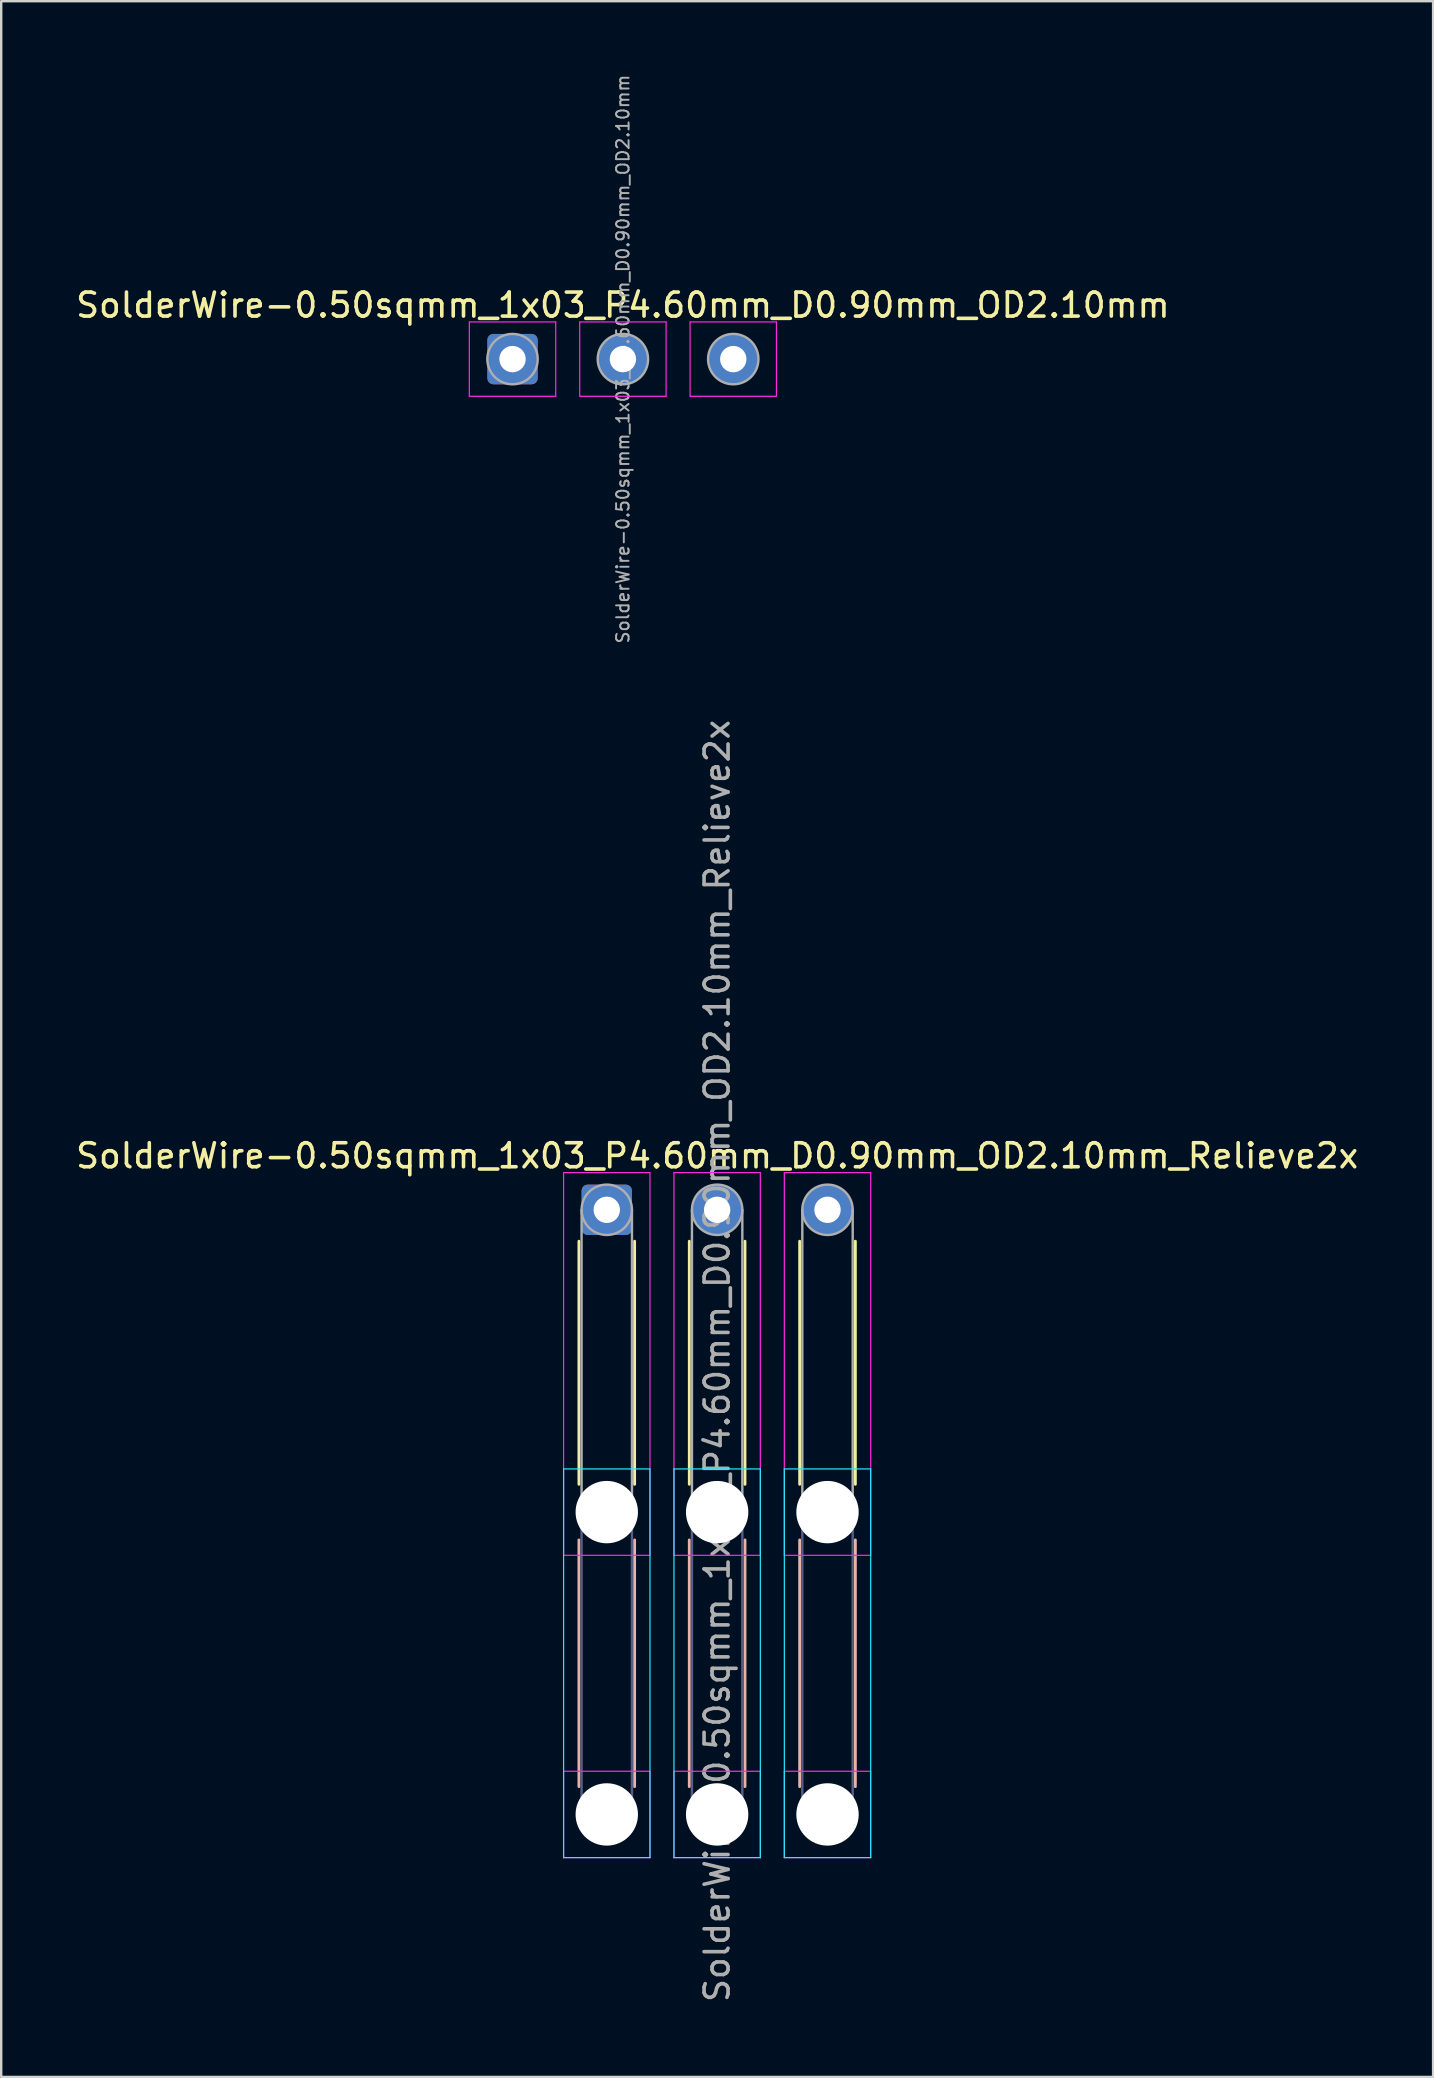
<source format=kicad_pcb>
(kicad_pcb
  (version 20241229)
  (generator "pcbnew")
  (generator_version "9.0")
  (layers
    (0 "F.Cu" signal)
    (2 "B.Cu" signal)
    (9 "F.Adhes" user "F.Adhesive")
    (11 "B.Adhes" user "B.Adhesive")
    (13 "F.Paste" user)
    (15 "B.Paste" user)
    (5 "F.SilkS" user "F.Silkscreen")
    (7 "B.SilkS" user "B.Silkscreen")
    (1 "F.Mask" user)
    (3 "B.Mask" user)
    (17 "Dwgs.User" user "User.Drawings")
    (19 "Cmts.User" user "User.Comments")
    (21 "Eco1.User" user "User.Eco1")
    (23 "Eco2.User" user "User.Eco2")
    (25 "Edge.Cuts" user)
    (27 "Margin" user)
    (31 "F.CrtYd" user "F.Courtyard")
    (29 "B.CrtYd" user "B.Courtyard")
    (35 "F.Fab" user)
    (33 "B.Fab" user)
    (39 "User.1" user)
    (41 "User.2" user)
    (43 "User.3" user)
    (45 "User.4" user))
  (footprint "SolderWire-0.50sqmm_1x03_P4.60mm_D0.90mm_OD2.10mm"
    (layer "F.Cu")
    (at 18.311 11.917)
    (property "Reference" "SolderWire-0.50sqmm_1x03_P4.60mm_D0.90mm_OD2.10mm" (at 4.6 -2.25 0) (layer "F.SilkS") (effects (font (size 1 1) (thickness 0.15))))
    (attr exclude_from_pos_files exclude_from_bom)
    (fp_line (start -1.8 -1.55) (end -1.8 1.55) (stroke (width 0.05) (type solid)) (layer "F.CrtYd"))
    (fp_line (start -1.8 1.55) (end 1.8 1.55) (stroke (width 0.05) (type solid)) (layer "F.CrtYd"))
    (fp_line (start 1.8 -1.55) (end -1.8 -1.55) (stroke (width 0.05) (type solid)) (layer "F.CrtYd"))
    (fp_line (start 1.8 1.55) (end 1.8 -1.55) (stroke (width 0.05) (type solid)) (layer "F.CrtYd"))
    (fp_line (start 2.8 -1.55) (end 2.8 1.55) (stroke (width 0.05) (type solid)) (layer "F.CrtYd"))
    (fp_line (start 2.8 1.55) (end 6.4 1.55) (stroke (width 0.05) (type solid)) (layer "F.CrtYd"))
    (fp_line (start 6.4 -1.55) (end 2.8 -1.55) (stroke (width 0.05) (type solid)) (layer "F.CrtYd"))
    (fp_line (start 6.4 1.55) (end 6.4 -1.55) (stroke (width 0.05) (type solid)) (layer "F.CrtYd"))
    (fp_line (start 7.4 -1.55) (end 7.4 1.55) (stroke (width 0.05) (type solid)) (layer "F.CrtYd"))
    (fp_line (start 7.4 1.55) (end 11 1.55) (stroke (width 0.05) (type solid)) (layer "F.CrtYd"))
    (fp_line (start 11 -1.55) (end 7.4 -1.55) (stroke (width 0.05) (type solid)) (layer "F.CrtYd"))
    (fp_line (start 11 1.55) (end 11 -1.55) (stroke (width 0.05) (type solid)) (layer "F.CrtYd"))
    (fp_circle (center 0 0) (end 1.05 0) (stroke (width 0.1) (type solid)) (fill no) (layer "F.Fab"))
    (fp_circle (center 4.6 0) (end 5.65 0) (stroke (width 0.1) (type solid)) (fill no) (layer "F.Fab"))
    (fp_circle (center 9.2 0) (end 10.25 0) (stroke (width 0.1) (type solid)) (fill no) (layer "F.Fab"))
    (fp_text user "${REFERENCE}" (at 4.6 0 90) (layer "F.Fab") (effects (font (size 0.52 0.52) (thickness 0.08))))
    (pad "1" thru_hole roundrect (at 0 0) (size 2.1 2.1) (drill 1.1) (layers "*.Cu" "*.Mask") (roundrect_rratio 0.119))
    (pad "2" thru_hole circle (at 4.6 0) (size 2.1 2.1) (drill 1.1) (layers "*.Cu" "*.Mask"))
    (pad "3" thru_hole circle (at 9.2 0) (size 2.1 2.1) (drill 1.1) (layers "*.Cu" "*.Mask")))
  (footprint "SolderWire-0.50sqmm_1x03_P4.60mm_D0.90mm_OD2.10mm_Relieve2x"
    (layer "F.Cu")
    (at 22.239 47.372)
    (property "Reference" "SolderWire-0.50sqmm_1x03_P4.60mm_D0.90mm_OD2.10mm_Relieve2x" (at 4.6 -2.25 0) (layer "F.SilkS") (effects (font (size 1 1) (thickness 0.15))))
    (attr exclude_from_pos_files exclude_from_bom)
    (fp_line (start -1.16 1.31) (end -1.16 11.44) (stroke (width 0.12) (type solid)) (layer "F.SilkS"))
    (fp_line (start 1.16 1.31) (end 1.16 11.44) (stroke (width 0.12) (type solid)) (layer "F.SilkS"))
    (fp_line (start 3.44 1.31) (end 3.44 11.44) (stroke (width 0.12) (type solid)) (layer "F.SilkS"))
    (fp_line (start 5.76 1.31) (end 5.76 11.44) (stroke (width 0.12) (type solid)) (layer "F.SilkS"))
    (fp_line (start 8.04 1.31) (end 8.04 11.44) (stroke (width 0.12) (type solid)) (layer "F.SilkS"))
    (fp_line (start 10.36 1.31) (end 10.36 11.44) (stroke (width 0.12) (type solid)) (layer "F.SilkS"))
    (fp_line (start -1.16 13.76) (end -1.16 24.04) (stroke (width 0.12) (type solid)) (layer "B.SilkS"))
    (fp_line (start 1.16 13.76) (end 1.16 24.04) (stroke (width 0.12) (type solid)) (layer "B.SilkS"))
    (fp_line (start 3.44 13.76) (end 3.44 24.04) (stroke (width 0.12) (type solid)) (layer "B.SilkS"))
    (fp_line (start 5.76 13.76) (end 5.76 24.04) (stroke (width 0.12) (type solid)) (layer "B.SilkS"))
    (fp_line (start 8.04 13.76) (end 8.04 24.04) (stroke (width 0.12) (type solid)) (layer "B.SilkS"))
    (fp_line (start 10.36 13.76) (end 10.36 24.04) (stroke (width 0.12) (type solid)) (layer "B.SilkS"))
    (fp_line (start -1.8 10.8) (end -1.8 27) (stroke (width 0.05) (type solid)) (layer "B.CrtYd"))
    (fp_line (start -1.8 27) (end 1.8 27) (stroke (width 0.05) (type solid)) (layer "B.CrtYd"))
    (fp_line (start 1.8 10.8) (end -1.8 10.8) (stroke (width 0.05) (type solid)) (layer "B.CrtYd"))
    (fp_line (start 1.8 27) (end 1.8 10.8) (stroke (width 0.05) (type solid)) (layer "B.CrtYd"))
    (fp_line (start 2.8 10.8) (end 2.8 27) (stroke (width 0.05) (type solid)) (layer "B.CrtYd"))
    (fp_line (start 2.8 27) (end 6.4 27) (stroke (width 0.05) (type solid)) (layer "B.CrtYd"))
    (fp_line (start 6.4 10.8) (end 2.8 10.8) (stroke (width 0.05) (type solid)) (layer "B.CrtYd"))
    (fp_line (start 6.4 27) (end 6.4 10.8) (stroke (width 0.05) (type solid)) (layer "B.CrtYd"))
    (fp_line (start 7.4 10.8) (end 7.4 27) (stroke (width 0.05) (type solid)) (layer "B.CrtYd"))
    (fp_line (start 7.4 27) (end 11 27) (stroke (width 0.05) (type solid)) (layer "B.CrtYd"))
    (fp_line (start 11 10.8) (end 7.4 10.8) (stroke (width 0.05) (type solid)) (layer "B.CrtYd"))
    (fp_line (start 11 27) (end 11 10.8) (stroke (width 0.05) (type solid)) (layer "B.CrtYd"))
    (fp_line (start -1.8 -1.55) (end -1.8 14.4) (stroke (width 0.05) (type solid)) (layer "F.CrtYd"))
    (fp_line (start -1.8 14.4) (end 1.8 14.4) (stroke (width 0.05) (type solid)) (layer "F.CrtYd"))
    (fp_line (start -1.8 23.4) (end -1.8 27) (stroke (width 0.05) (type solid)) (layer "F.CrtYd"))
    (fp_line (start -1.8 27) (end 1.8 27) (stroke (width 0.05) (type solid)) (layer "F.CrtYd"))
    (fp_line (start 1.8 -1.55) (end -1.8 -1.55) (stroke (width 0.05) (type solid)) (layer "F.CrtYd"))
    (fp_line (start 1.8 14.4) (end 1.8 -1.55) (stroke (width 0.05) (type solid)) (layer "F.CrtYd"))
    (fp_line (start 1.8 23.4) (end -1.8 23.4) (stroke (width 0.05) (type solid)) (layer "F.CrtYd"))
    (fp_line (start 1.8 27) (end 1.8 23.4) (stroke (width 0.05) (type solid)) (layer "F.CrtYd"))
    (fp_line (start 2.8 -1.55) (end 2.8 14.4) (stroke (width 0.05) (type solid)) (layer "F.CrtYd"))
    (fp_line (start 2.8 14.4) (end 6.4 14.4) (stroke (width 0.05) (type solid)) (layer "F.CrtYd"))
    (fp_line (start 2.8 23.4) (end 2.8 27) (stroke (width 0.05) (type solid)) (layer "F.CrtYd"))
    (fp_line (start 2.8 27) (end 6.4 27) (stroke (width 0.05) (type solid)) (layer "F.CrtYd"))
    (fp_line (start 6.4 -1.55) (end 2.8 -1.55) (stroke (width 0.05) (type solid)) (layer "F.CrtYd"))
    (fp_line (start 6.4 14.4) (end 6.4 -1.55) (stroke (width 0.05) (type solid)) (layer "F.CrtYd"))
    (fp_line (start 6.4 23.4) (end 2.8 23.4) (stroke (width 0.05) (type solid)) (layer "F.CrtYd"))
    (fp_line (start 6.4 27) (end 6.4 23.4) (stroke (width 0.05) (type solid)) (layer "F.CrtYd"))
    (fp_line (start 7.4 -1.55) (end 7.4 14.4) (stroke (width 0.05) (type solid)) (layer "F.CrtYd"))
    (fp_line (start 7.4 14.4) (end 11 14.4) (stroke (width 0.05) (type solid)) (layer "F.CrtYd"))
    (fp_line (start 7.4 23.4) (end 7.4 27) (stroke (width 0.05) (type solid)) (layer "F.CrtYd"))
    (fp_line (start 7.4 27) (end 11 27) (stroke (width 0.05) (type solid)) (layer "F.CrtYd"))
    (fp_line (start 11 -1.55) (end 7.4 -1.55) (stroke (width 0.05) (type solid)) (layer "F.CrtYd"))
    (fp_line (start 11 14.4) (end 11 -1.55) (stroke (width 0.05) (type solid)) (layer "F.CrtYd"))
    (fp_line (start 11 23.4) (end 7.4 23.4) (stroke (width 0.05) (type solid)) (layer "F.CrtYd"))
    (fp_line (start 11 27) (end 11 23.4) (stroke (width 0.05) (type solid)) (layer "F.CrtYd"))
    (fp_line (start -1.05 12.6) (end -1.05 25.2) (stroke (width 0.1) (type solid)) (layer "B.Fab"))
    (fp_line (start 1.05 12.6) (end 1.05 25.2) (stroke (width 0.1) (type solid)) (layer "B.Fab"))
    (fp_line (start 3.55 12.6) (end 3.55 25.2) (stroke (width 0.1) (type solid)) (layer "B.Fab"))
    (fp_line (start 5.65 12.6) (end 5.65 25.2) (stroke (width 0.1) (type solid)) (layer "B.Fab"))
    (fp_line (start 8.15 12.6) (end 8.15 25.2) (stroke (width 0.1) (type solid)) (layer "B.Fab"))
    (fp_line (start 10.25 12.6) (end 10.25 25.2) (stroke (width 0.1) (type solid)) (layer "B.Fab"))
    (fp_circle (center 0 12.6) (end 1.05 12.6) (stroke (width 0.1) (type solid)) (fill no) (layer "B.Fab"))
    (fp_circle (center 0 25.2) (end 1.05 25.2) (stroke (width 0.1) (type solid)) (fill no) (layer "B.Fab"))
    (fp_circle (center 4.6 12.6) (end 5.65 12.6) (stroke (width 0.1) (type solid)) (fill no) (layer "B.Fab"))
    (fp_circle (center 4.6 25.2) (end 5.65 25.2) (stroke (width 0.1) (type solid)) (fill no) (layer "B.Fab"))
    (fp_circle (center 9.2 12.6) (end 10.25 12.6) (stroke (width 0.1) (type solid)) (fill no) (layer "B.Fab"))
    (fp_circle (center 9.2 25.2) (end 10.25 25.2) (stroke (width 0.1) (type solid)) (fill no) (layer "B.Fab"))
    (fp_line (start -1.05 0) (end -1.05 12.6) (stroke (width 0.1) (type solid)) (layer "F.Fab"))
    (fp_line (start 1.05 0) (end 1.05 12.6) (stroke (width 0.1) (type solid)) (layer "F.Fab"))
    (fp_line (start 3.55 0) (end 3.55 12.6) (stroke (width 0.1) (type solid)) (layer "F.Fab"))
    (fp_line (start 5.65 0) (end 5.65 12.6) (stroke (width 0.1) (type solid)) (layer "F.Fab"))
    (fp_line (start 8.15 0) (end 8.15 12.6) (stroke (width 0.1) (type solid)) (layer "F.Fab"))
    (fp_line (start 10.25 0) (end 10.25 12.6) (stroke (width 0.1) (type solid)) (layer "F.Fab"))
    (fp_circle (center 0 0) (end 1.05 0) (stroke (width 0.1) (type solid)) (fill no) (layer "F.Fab"))
    (fp_circle (center 0 12.6) (end 1.05 12.6) (stroke (width 0.1) (type solid)) (fill no) (layer "F.Fab"))
    (fp_circle (center 0 25.2) (end 1.05 25.2) (stroke (width 0.1) (type solid)) (fill no) (layer "F.Fab"))
    (fp_circle (center 4.6 0) (end 5.65 0) (stroke (width 0.1) (type solid)) (fill no) (layer "F.Fab"))
    (fp_circle (center 4.6 12.6) (end 5.65 12.6) (stroke (width 0.1) (type solid)) (fill no) (layer "F.Fab"))
    (fp_circle (center 4.6 25.2) (end 5.65 25.2) (stroke (width 0.1) (type solid)) (fill no) (layer "F.Fab"))
    (fp_circle (center 9.2 0) (end 10.25 0) (stroke (width 0.1) (type solid)) (fill no) (layer "F.Fab"))
    (fp_circle (center 9.2 12.6) (end 10.25 12.6) (stroke (width 0.1) (type solid)) (fill no) (layer "F.Fab"))
    (fp_circle (center 9.2 25.2) (end 10.25 25.2) (stroke (width 0.1) (type solid)) (fill no) (layer "F.Fab"))
    (fp_text user "${REFERENCE}" (at 4.6 6.3 90) (layer "F.Fab") (effects (font (size 1 1) (thickness 0.15))))
    (pad "" np_thru_hole circle (at 0 12.6) (size 2.6 2.6) (drill 2.6) (layers "*.Cu" "*.Mask"))
    (pad "" np_thru_hole circle (at 0 25.2) (size 2.6 2.6) (drill 2.6) (layers "*.Cu" "*.Mask"))
    (pad "" np_thru_hole circle (at 4.6 12.6) (size 2.6 2.6) (drill 2.6) (layers "*.Cu" "*.Mask"))
    (pad "" np_thru_hole circle (at 4.6 25.2) (size 2.6 2.6) (drill 2.6) (layers "*.Cu" "*.Mask"))
    (pad "" np_thru_hole circle (at 9.2 12.6) (size 2.6 2.6) (drill 2.6) (layers "*.Cu" "*.Mask"))
    (pad "" np_thru_hole circle (at 9.2 25.2) (size 2.6 2.6) (drill 2.6) (layers "*.Cu" "*.Mask"))
    (pad "1" thru_hole roundrect (at 0 0) (size 2.1 2.1) (drill 1.1) (layers "*.Cu" "*.Mask") (roundrect_rratio 0.119))
    (pad "2" thru_hole circle (at 4.6 0) (size 2.1 2.1) (drill 1.1) (layers "*.Cu" "*.Mask"))
    (pad "3" thru_hole circle (at 9.2 0) (size 2.1 2.1) (drill 1.1) (layers "*.Cu" "*.Mask")))
  (gr_rect
    (start -3 -3)
    (end 56.679 83.512)
    (stroke (width 0.1) (type default))
    (fill no)
    (layer "Edge.Cuts")))
</source>
